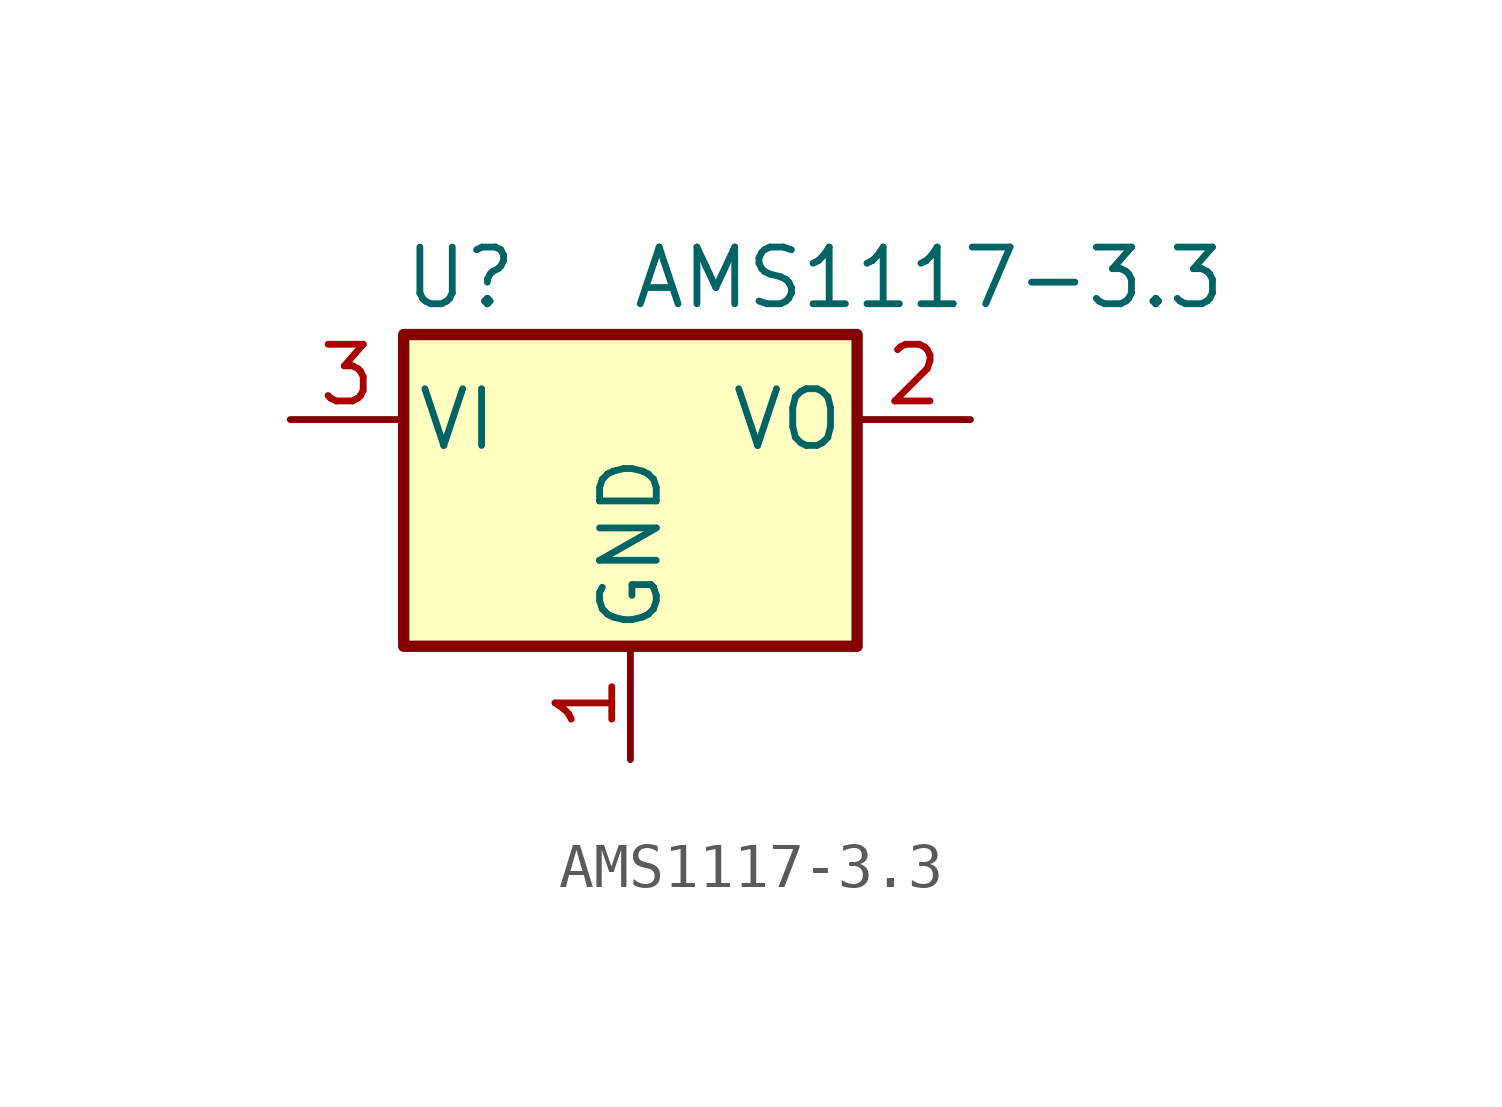
<source format=kicad_sym>
(kicad_symbol_lib
  (version 20211014)
  (generator kicad_symbol_editor)
  (symbol "AMS1117-3.3"
    (pin_names
      (offset 0.254))
    (property "Reference" "U"
      (at -3.81 3.175 0)
      (effects (font (size 1.27 1.27))))
    (property "Value" "AMS1117-3.3"
      (at 0 3.175 0)
      (effects (font (size 1.27 1.27)) (justify left)))
    (symbol "AMS1117-3.3_0_1"
      (rectangle (start -5.08 -5.08) (end 5.08 1.905) (stroke (width 0.254) (type default) (color 0 0 0 0)) (fill (type background))))
    (symbol "AMS1117-3.3_1_1"
      (pin power_in line (at 0 -7.62 90) (length 2.54) (name "GND" (effects (font (size 1.27 1.27)))) (number "1" (effects (font (size 1.27 1.27)))))
      (pin power_out line (at 7.62 0 180) (length 2.54) (name "VO" (effects (font (size 1.27 1.27)))) (number "2" (effects (font (size 1.27 1.27)))))
      (pin power_in line (at -7.62 0 0) (length 2.54) (name "VI" (effects (font (size 1.27 1.27)))) (number "3" (effects (font (size 1.27 1.27))))))))
</source>
